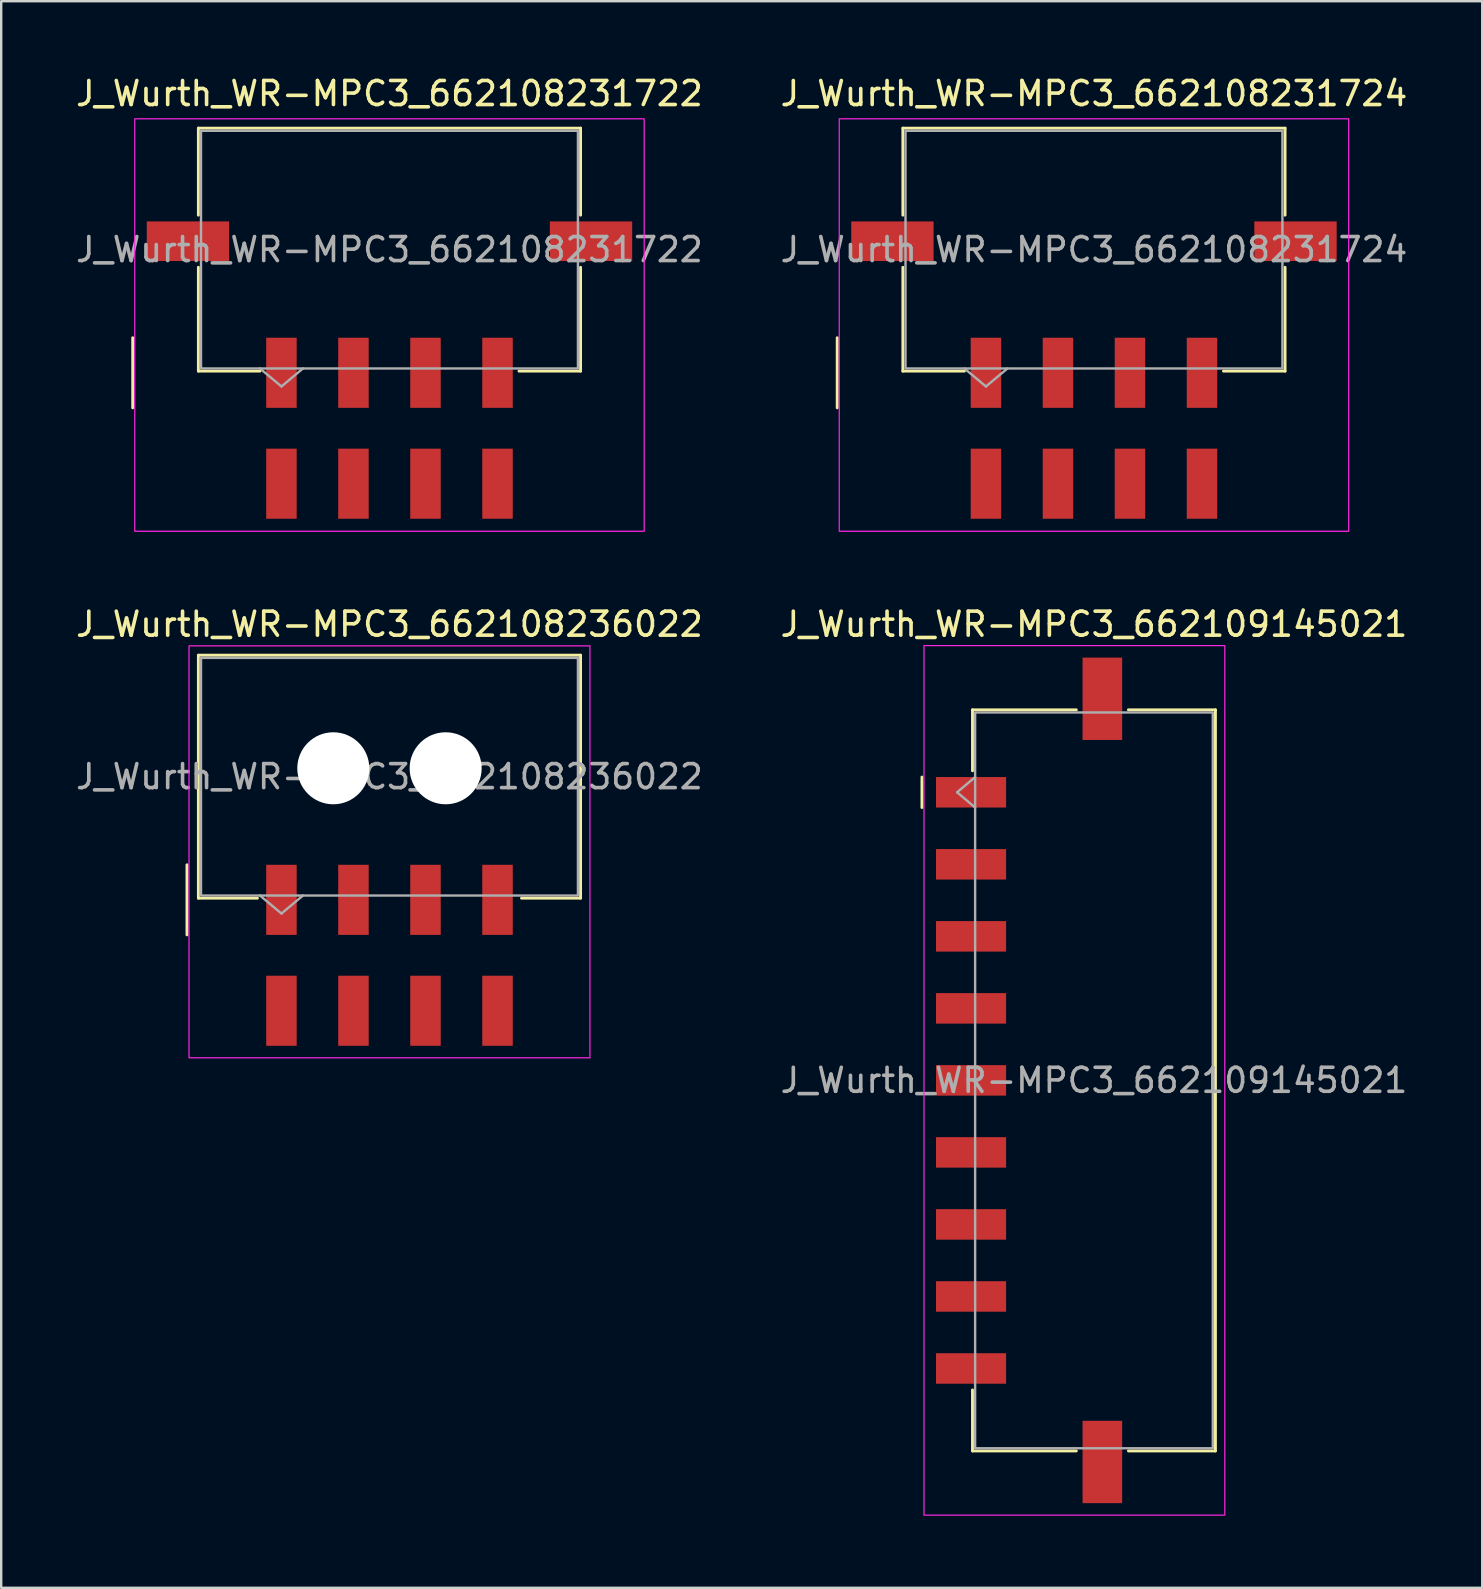
<source format=kicad_pcb>
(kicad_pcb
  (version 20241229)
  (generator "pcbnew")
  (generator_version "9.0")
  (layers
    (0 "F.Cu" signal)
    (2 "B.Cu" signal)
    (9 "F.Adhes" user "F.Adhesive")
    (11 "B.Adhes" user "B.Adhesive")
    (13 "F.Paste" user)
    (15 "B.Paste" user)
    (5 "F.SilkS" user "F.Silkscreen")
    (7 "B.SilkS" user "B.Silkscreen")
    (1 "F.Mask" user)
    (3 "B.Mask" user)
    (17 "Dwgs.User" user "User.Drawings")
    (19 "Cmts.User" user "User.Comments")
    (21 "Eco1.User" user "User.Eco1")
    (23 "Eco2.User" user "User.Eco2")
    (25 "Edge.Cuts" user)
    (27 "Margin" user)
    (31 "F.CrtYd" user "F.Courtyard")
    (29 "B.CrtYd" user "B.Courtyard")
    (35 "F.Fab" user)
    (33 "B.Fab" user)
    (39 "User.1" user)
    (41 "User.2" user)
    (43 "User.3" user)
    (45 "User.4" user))
  (footprint "J_Wurth_WR-MPC3_662108236022"
    (layer "F.Cu")
    (at 13.173 29.302)
    (property "Reference" "J_Wurth_WR-MPC3_662108236022" (at 0 -6.35 0) (unlocked yes) (layer "F.SilkS") (effects (font (size 1 1) (thickness 0.15))))
    (attr smd)
    (fp_line (start -8.435 6.59) (end -8.435 3.67) (stroke (width 0.12) (type solid)) (layer "F.SilkS"))
    (fp_line (start -7.96 -5.06) (end -7.96 5.06) (stroke (width 0.12) (type solid)) (layer "F.SilkS"))
    (fp_line (start -7.96 -5.06) (end 7.96 -5.06) (stroke (width 0.12) (type solid)) (layer "F.SilkS"))
    (fp_line (start -5.5 5.06) (end -7.96 5.06) (stroke (width 0.12) (type solid)) (layer "F.SilkS"))
    (fp_line (start 5.5 5.06) (end 7.96 5.06) (stroke (width 0.12) (type solid)) (layer "F.SilkS"))
    (fp_line (start 7.96 -5.06) (end 7.96 5.06) (stroke (width 0.12) (type solid)) (layer "F.SilkS"))
    (fp_rect (start -8.35 -5.45) (end 8.35 11.71) (stroke (width 0.05) (type solid)) (fill no) (layer "F.CrtYd"))
    (fp_line (start -4.5 5.7) (end -5.395 4.95) (stroke (width 0.1) (type solid)) (layer "F.Fab"))
    (fp_line (start -4.5 5.7) (end -3.605 4.95) (stroke (width 0.1) (type solid)) (layer "F.Fab"))
    (fp_rect (start -7.85 -4.95) (end 7.85 4.95) (stroke (width 0.1) (type solid)) (fill no) (layer "F.Fab"))
    (fp_text user "${REFERENCE}" (at 0 0 0) (unlocked yes) (layer "F.Fab") (effects (font (size 1 1) (thickness 0.15))))
    (pad "" np_thru_hole circle (at -2.34 -0.35 180) (size 3 3) (drill 3) (layers "*.Cu" "*.Mask"))
    (pad "" np_thru_hole circle (at 2.34 -0.35 180) (size 3 3) (drill 3) (layers "*.Cu" "*.Mask"))
    (pad "1" smd rect (at -4.5 5.13 180) (size 1.27 2.92) (layers "F.Cu" "F.Mask" "F.Paste"))
    (pad "2" smd rect (at -1.5 5.13 180) (size 1.27 2.92) (layers "F.Cu" "F.Mask" "F.Paste"))
    (pad "3" smd rect (at 1.5 5.13 180) (size 1.27 2.92) (layers "F.Cu" "F.Mask" "F.Paste"))
    (pad "4" smd rect (at 4.5 5.13 180) (size 1.27 2.92) (layers "F.Cu" "F.Mask" "F.Paste"))
    (pad "5" smd rect (at -4.5 9.75 180) (size 1.27 2.92) (layers "F.Cu" "F.Mask" "F.Paste"))
    (pad "6" smd rect (at -1.5 9.75 180) (size 1.27 2.92) (layers "F.Cu" "F.Mask" "F.Paste"))
    (pad "7" smd rect (at 1.5 9.75 180) (size 1.27 2.92) (layers "F.Cu" "F.Mask" "F.Paste"))
    (pad "8" smd rect (at 4.5 9.75 180) (size 1.27 2.92) (layers "F.Cu" "F.Mask" "F.Paste")))
  (footprint "J_Wurth_WR-MPC3_662108231724"
    (layer "F.Cu")
    (at 42.518 7.348)
    (property "Reference" "J_Wurth_WR-MPC3_662108231724" (at 0 -6.5 0) (unlocked yes) (layer "F.SilkS") (effects (font (size 1 1) (thickness 0.15))))
    (attr smd)
    (fp_line (start -10.695 6.59) (end -10.695 3.67) (stroke (width 0.12) (type solid)) (layer "F.SilkS"))
    (fp_line (start -7.96 -5.06) (end -7.96 -1.435) (stroke (width 0.12) (type solid)) (layer "F.SilkS"))
    (fp_line (start -7.96 -5.06) (end 7.96 -5.06) (stroke (width 0.12) (type default)) (layer "F.SilkS"))
    (fp_line (start -7.96 0.735) (end -7.96 5.06) (stroke (width 0.12) (type solid)) (layer "F.SilkS"))
    (fp_line (start -5.395 5.06) (end -7.96 5.06) (stroke (width 0.12) (type solid)) (layer "F.SilkS"))
    (fp_line (start 7.96 -5.06) (end 7.96 -1.435) (stroke (width 0.12) (type solid)) (layer "F.SilkS"))
    (fp_line (start 7.96 0.735) (end 7.96 5.06) (stroke (width 0.12) (type solid)) (layer "F.SilkS"))
    (fp_line (start 7.96 5.06) (end 5.395 5.06) (stroke (width 0.12) (type solid)) (layer "F.SilkS"))
    (fp_rect (start -10.61 -5.45) (end 10.61 11.73) (stroke (width 0.05) (type solid)) (fill no) (layer "F.CrtYd"))
    (fp_line (start -4.5 5.7) (end -5.395 4.95) (stroke (width 0.1) (type solid)) (layer "F.Fab"))
    (fp_line (start -4.5 5.7) (end -3.605 4.95) (stroke (width 0.1) (type solid)) (layer "F.Fab"))
    (fp_rect (start -7.85 -4.95) (end 7.85 4.95) (stroke (width 0.1) (type solid)) (fill no) (layer "F.Fab"))
    (fp_text user "${REFERENCE}" (at 0 0 0) (unlocked yes) (layer "F.Fab") (effects (font (size 1 1) (thickness 0.15))))
    (pad "1" smd rect (at -4.5 5.13 180) (size 1.27 2.92) (layers "F.Cu" "F.Mask" "F.Paste"))
    (pad "2" smd rect (at -1.5 5.13 180) (size 1.27 2.92) (layers "F.Cu" "F.Mask" "F.Paste"))
    (pad "3" smd rect (at 1.5 5.13 180) (size 1.27 2.92) (layers "F.Cu" "F.Mask" "F.Paste"))
    (pad "4" smd rect (at 4.5 5.13 180) (size 1.27 2.92) (layers "F.Cu" "F.Mask" "F.Paste"))
    (pad "5" smd rect (at -4.5 9.75 180) (size 1.27 2.92) (layers "F.Cu" "F.Mask" "F.Paste"))
    (pad "6" smd rect (at -1.5 9.75 180) (size 1.27 2.92) (layers "F.Cu" "F.Mask" "F.Paste"))
    (pad "7" smd rect (at 1.5 9.75 180) (size 1.27 2.92) (layers "F.Cu" "F.Mask" "F.Paste"))
    (pad "8" smd rect (at 4.5 9.75 180) (size 1.27 2.92) (layers "F.Cu" "F.Mask" "F.Paste"))
    (pad "MP1" smd rect (at 8.395 -0.35 180) (size 3.43 1.65) (layers "F.Cu" "F.Mask" "F.Paste"))
    (pad "MP2" smd rect (at -8.395 -0.35 180) (size 3.43 1.65) (layers "F.Cu" "F.Mask" "F.Paste")))
  (footprint "J_Wurth_WR-MPC3_662109145021"
    (layer "F.Cu")
    (at 42.518 41.952)
    (property "Reference" "J_Wurth_WR-MPC3_662109145021" (at 0 -19 0) (unlocked yes) (layer "F.SilkS") (effects (font (size 1 1) (thickness 0.15))))
    (attr smd)
    (fp_line (start -7.165 -12.635) (end -7.165 -11.365) (stroke (width 0.12) (type solid)) (layer "F.SilkS"))
    (fp_line (start -5.06 -12.895) (end -5.06 -15.435) (stroke (width 0.12) (type default)) (layer "F.SilkS"))
    (fp_line (start -5.06 15.435) (end -5.06 12.895) (stroke (width 0.12) (type default)) (layer "F.SilkS"))
    (fp_line (start -0.735 -15.435) (end -5.06 -15.435) (stroke (width 0.12) (type default)) (layer "F.SilkS"))
    (fp_line (start -0.735 15.435) (end -5.06 15.435) (stroke (width 0.12) (type default)) (layer "F.SilkS"))
    (fp_line (start 5.06 -15.435) (end 1.435 -15.435) (stroke (width 0.12) (type solid)) (layer "F.SilkS"))
    (fp_line (start 5.06 -15.435) (end 5.06 15.435) (stroke (width 0.12) (type solid)) (layer "F.SilkS"))
    (fp_line (start 5.06 15.435) (end 1.435 15.435) (stroke (width 0.12) (type solid)) (layer "F.SilkS"))
    (fp_rect (start -7.08 -18.11) (end 5.45 18.11) (stroke (width 0.05) (type solid)) (fill no) (layer "F.CrtYd"))
    (fp_line (start -5.7 -12) (end -4.95 -12.635) (stroke (width 0.1) (type solid)) (layer "F.Fab"))
    (fp_line (start -5.7 -12) (end -4.95 -11.365) (stroke (width 0.1) (type solid)) (layer "F.Fab"))
    (fp_rect (start -4.95 -15.325) (end 4.95 15.325) (stroke (width 0.1) (type solid)) (fill no) (layer "F.Fab"))
    (fp_text user "${REFERENCE}" (at 0 0 0) (unlocked yes) (layer "F.Fab") (effects (font (size 1 1) (thickness 0.15))))
    (pad "1" smd rect (at -5.12 -12 90) (size 1.27 2.92) (layers "F.Cu" "F.Mask" "F.Paste"))
    (pad "2" smd rect (at -5.12 -9 90) (size 1.27 2.92) (layers "F.Cu" "F.Mask" "F.Paste"))
    (pad "3" smd rect (at -5.12 -6 90) (size 1.27 2.92) (layers "F.Cu" "F.Mask" "F.Paste"))
    (pad "4" smd rect (at -5.12 -3 90) (size 1.27 2.92) (layers "F.Cu" "F.Mask" "F.Paste"))
    (pad "5" smd rect (at -5.12 0 90) (size 1.27 2.92) (layers "F.Cu" "F.Mask" "F.Paste"))
    (pad "6" smd rect (at -5.12 3 90) (size 1.27 2.92) (layers "F.Cu" "F.Mask" "F.Paste"))
    (pad "7" smd rect (at -5.12 6 90) (size 1.27 2.92) (layers "F.Cu" "F.Mask" "F.Paste"))
    (pad "8" smd rect (at -5.12 9 90) (size 1.27 2.92) (layers "F.Cu" "F.Mask" "F.Paste"))
    (pad "9" smd rect (at -5.12 12 90) (size 1.27 2.92) (layers "F.Cu" "F.Mask" "F.Paste"))
    (pad "MP1" smd rect (at 0.35 15.895 90) (size 3.43 1.65) (layers "F.Cu" "F.Mask" "F.Paste"))
    (pad "MP2" smd rect (at 0.35 -15.895 90) (size 3.43 1.65) (layers "F.Cu" "F.Mask" "F.Paste")))
  (footprint "J_Wurth_WR-MPC3_662108231722"
    (layer "F.Cu")
    (at 13.173 7.348)
    (property "Reference" "J_Wurth_WR-MPC3_662108231722" (at 0 -6.5 0) (unlocked yes) (layer "F.SilkS") (effects (font (size 1 1) (thickness 0.15))))
    (attr smd)
    (fp_line (start -10.695 6.59) (end -10.695 3.67) (stroke (width 0.12) (type solid)) (layer "F.SilkS"))
    (fp_line (start -7.96 -5.06) (end -7.96 -1.435) (stroke (width 0.12) (type solid)) (layer "F.SilkS"))
    (fp_line (start -7.96 -5.06) (end 7.96 -5.06) (stroke (width 0.12) (type default)) (layer "F.SilkS"))
    (fp_line (start -7.96 0.735) (end -7.96 5.06) (stroke (width 0.12) (type solid)) (layer "F.SilkS"))
    (fp_line (start -5.395 5.06) (end -7.96 5.06) (stroke (width 0.12) (type solid)) (layer "F.SilkS"))
    (fp_line (start 7.96 -5.06) (end 7.96 -1.435) (stroke (width 0.12) (type solid)) (layer "F.SilkS"))
    (fp_line (start 7.96 0.735) (end 7.96 5.06) (stroke (width 0.12) (type solid)) (layer "F.SilkS"))
    (fp_line (start 7.96 5.06) (end 5.395 5.06) (stroke (width 0.12) (type solid)) (layer "F.SilkS"))
    (fp_rect (start -10.61 -5.45) (end 10.61 11.73) (stroke (width 0.05) (type solid)) (fill no) (layer "F.CrtYd"))
    (fp_line (start -4.5 5.7) (end -5.395 4.95) (stroke (width 0.1) (type solid)) (layer "F.Fab"))
    (fp_line (start -4.5 5.7) (end -3.605 4.95) (stroke (width 0.1) (type solid)) (layer "F.Fab"))
    (fp_rect (start -7.85 -4.95) (end 7.85 4.95) (stroke (width 0.1) (type solid)) (fill no) (layer "F.Fab"))
    (fp_text user "${REFERENCE}" (at 0 0 0) (unlocked yes) (layer "F.Fab") (effects (font (size 1 1) (thickness 0.15))))
    (pad "1" smd rect (at -4.5 5.13 180) (size 1.27 2.92) (layers "F.Cu" "F.Mask" "F.Paste"))
    (pad "2" smd rect (at -1.5 5.13 180) (size 1.27 2.92) (layers "F.Cu" "F.Mask" "F.Paste"))
    (pad "3" smd rect (at 1.5 5.13 180) (size 1.27 2.92) (layers "F.Cu" "F.Mask" "F.Paste"))
    (pad "4" smd rect (at 4.5 5.13 180) (size 1.27 2.92) (layers "F.Cu" "F.Mask" "F.Paste"))
    (pad "5" smd rect (at -4.5 9.75 180) (size 1.27 2.92) (layers "F.Cu" "F.Mask" "F.Paste"))
    (pad "6" smd rect (at -1.5 9.75 180) (size 1.27 2.92) (layers "F.Cu" "F.Mask" "F.Paste"))
    (pad "7" smd rect (at 1.5 9.75 180) (size 1.27 2.92) (layers "F.Cu" "F.Mask" "F.Paste"))
    (pad "8" smd rect (at 4.5 9.75 180) (size 1.27 2.92) (layers "F.Cu" "F.Mask" "F.Paste"))
    (pad "MP1" smd rect (at 8.395 -0.35 180) (size 3.43 1.65) (layers "F.Cu" "F.Mask" "F.Paste"))
    (pad "MP2" smd rect (at -8.395 -0.35 180) (size 3.43 1.65) (layers "F.Cu" "F.Mask" "F.Paste")))
  (gr_rect
    (start -3 -3)
    (end 58.69 63.087)
    (stroke (width 0.1) (type default))
    (fill no)
    (layer "Edge.Cuts")))
</source>
